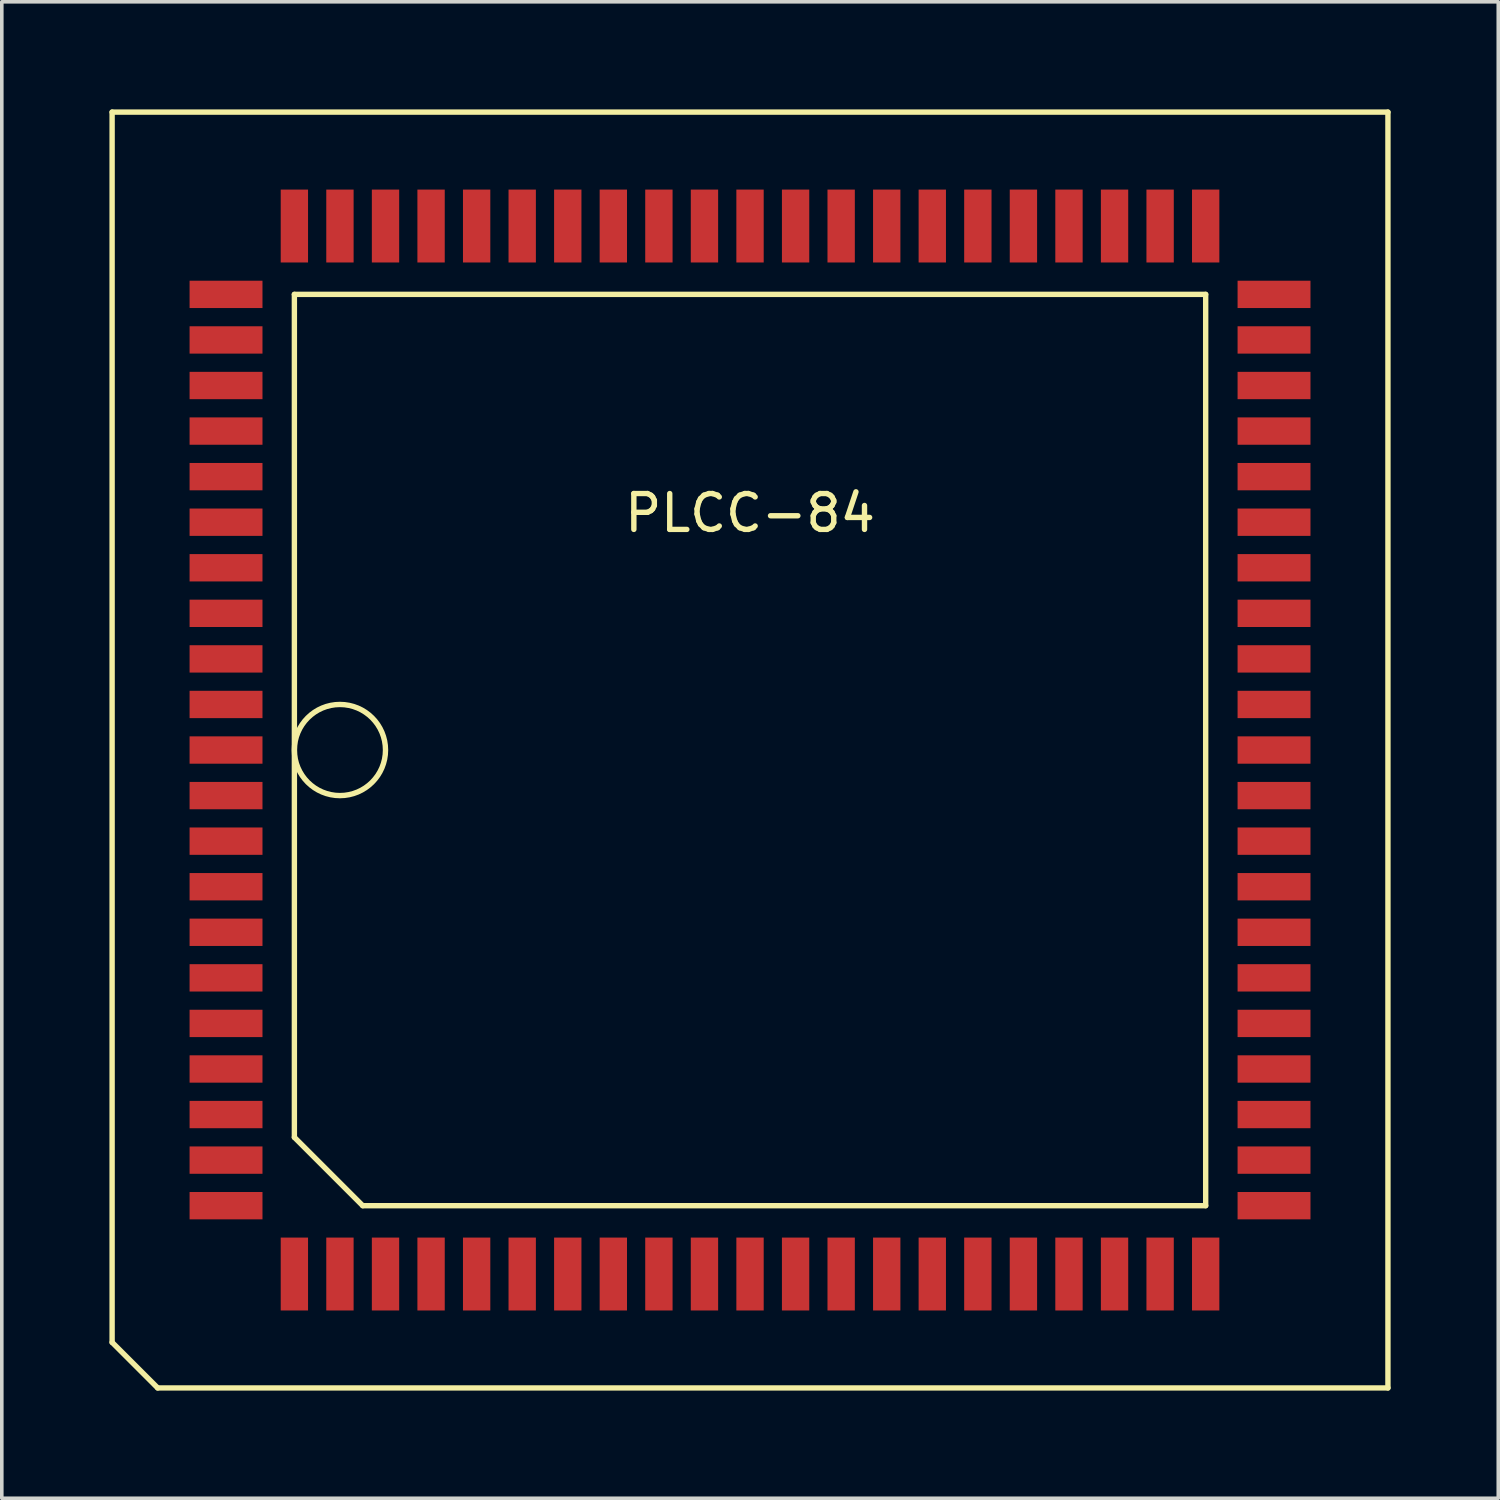
<source format=kicad_pcb>
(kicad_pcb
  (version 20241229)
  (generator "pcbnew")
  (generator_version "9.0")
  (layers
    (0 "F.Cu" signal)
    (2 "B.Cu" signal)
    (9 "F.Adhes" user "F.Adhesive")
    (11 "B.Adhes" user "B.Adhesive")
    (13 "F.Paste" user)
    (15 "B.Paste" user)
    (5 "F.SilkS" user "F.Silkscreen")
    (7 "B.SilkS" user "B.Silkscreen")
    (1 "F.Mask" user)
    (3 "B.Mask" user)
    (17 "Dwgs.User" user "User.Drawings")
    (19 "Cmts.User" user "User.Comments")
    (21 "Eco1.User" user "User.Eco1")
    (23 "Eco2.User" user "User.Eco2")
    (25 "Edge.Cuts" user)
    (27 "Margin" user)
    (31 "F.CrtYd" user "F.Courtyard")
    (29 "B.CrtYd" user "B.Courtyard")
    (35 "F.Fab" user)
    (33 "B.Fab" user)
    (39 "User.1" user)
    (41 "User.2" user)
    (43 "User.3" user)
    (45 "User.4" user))
  (footprint "PLCC-84"
    (layer "F.Cu")
    (at 17.855 17.855)
    (property "Reference" "PLCC-84" (at 0 -6.604 0) (layer "F.SilkS") (effects (font (size 1 1) (thickness 0.15))))
    (attr smd)
    (fp_line (start -17.78 -17.78) (end -17.78 16.51) (stroke (width 0.15) (type solid)) (layer "F.SilkS"))
    (fp_line (start -17.78 16.51) (end -16.51 17.78) (stroke (width 0.15) (type solid)) (layer "F.SilkS"))
    (fp_line (start -16.51 17.78) (end 17.78 17.78) (stroke (width 0.15) (type solid)) (layer "F.SilkS"))
    (fp_line (start -12.7 -12.7) (end 12.7 -12.7) (stroke (width 0.15) (type solid)) (layer "F.SilkS"))
    (fp_line (start -12.7 10.795) (end -12.7 -12.7) (stroke (width 0.15) (type solid)) (layer "F.SilkS"))
    (fp_line (start -10.795 12.7) (end -12.7 10.795) (stroke (width 0.15) (type solid)) (layer "F.SilkS"))
    (fp_line (start 12.7 -12.7) (end 12.7 12.7) (stroke (width 0.15) (type solid)) (layer "F.SilkS"))
    (fp_line (start 12.7 12.7) (end -10.795 12.7) (stroke (width 0.15) (type solid)) (layer "F.SilkS"))
    (fp_line (start 17.78 -17.78) (end -17.78 -17.78) (stroke (width 0.15) (type solid)) (layer "F.SilkS"))
    (fp_line (start 17.78 17.78) (end 17.78 -17.78) (stroke (width 0.15) (type solid)) (layer "F.SilkS"))
    (fp_circle (center -11.43 0) (end -12.7 0) (stroke (width 0.15) (type solid)) (fill no) (layer "F.SilkS"))
    (pad "1" smd rect (at -14.605 0) (size 2.032 0.762) (layers "F.Cu" "F.Mask" "F.Paste"))
    (pad "2" smd rect (at -14.605 1.27) (size 2.032 0.762) (layers "F.Cu" "F.Mask" "F.Paste"))
    (pad "3" smd rect (at -14.605 2.54) (size 2.032 0.762) (layers "F.Cu" "F.Mask" "F.Paste"))
    (pad "4" smd rect (at -14.605 3.81) (size 2.032 0.762) (layers "F.Cu" "F.Mask" "F.Paste"))
    (pad "5" smd rect (at -14.605 5.08) (size 2.032 0.762) (layers "F.Cu" "F.Mask" "F.Paste"))
    (pad "6" smd rect (at -14.605 6.35) (size 2.032 0.762) (layers "F.Cu" "F.Mask" "F.Paste"))
    (pad "7" smd rect (at -14.605 7.62) (size 2.032 0.762) (layers "F.Cu" "F.Mask" "F.Paste"))
    (pad "8" smd rect (at -14.605 8.89) (size 2.032 0.762) (layers "F.Cu" "F.Mask" "F.Paste"))
    (pad "9" smd rect (at -14.605 10.16) (size 2.032 0.762) (layers "F.Cu" "F.Mask" "F.Paste"))
    (pad "10" smd rect (at -14.605 11.43) (size 2.032 0.762) (layers "F.Cu" "F.Mask" "F.Paste"))
    (pad "11" smd rect (at -14.605 12.7) (size 2.032 0.762) (layers "F.Cu" "F.Mask" "F.Paste"))
    (pad "12" smd rect (at -12.7 14.605) (size 0.762 2.032) (layers "F.Cu" "F.Mask" "F.Paste"))
    (pad "13" smd rect (at -11.43 14.605) (size 0.762 2.032) (layers "F.Cu" "F.Mask" "F.Paste"))
    (pad "14" smd rect (at -10.16 14.605) (size 0.762 2.032) (layers "F.Cu" "F.Mask" "F.Paste"))
    (pad "15" smd rect (at -8.89 14.605) (size 0.762 2.032) (layers "F.Cu" "F.Mask" "F.Paste"))
    (pad "16" smd rect (at -7.62 14.605) (size 0.762 2.032) (layers "F.Cu" "F.Mask" "F.Paste"))
    (pad "17" smd rect (at -6.35 14.605) (size 0.762 2.032) (layers "F.Cu" "F.Mask" "F.Paste"))
    (pad "18" smd rect (at -5.08 14.605) (size 0.762 2.032) (layers "F.Cu" "F.Mask" "F.Paste"))
    (pad "19" smd rect (at -3.81 14.605) (size 0.762 2.032) (layers "F.Cu" "F.Mask" "F.Paste"))
    (pad "20" smd rect (at -2.54 14.605) (size 0.762 2.032) (layers "F.Cu" "F.Mask" "F.Paste"))
    (pad "21" smd rect (at -1.27 14.605) (size 0.762 2.032) (layers "F.Cu" "F.Mask" "F.Paste"))
    (pad "22" smd rect (at 0 14.605) (size 0.762 2.032) (layers "F.Cu" "F.Mask" "F.Paste"))
    (pad "23" smd rect (at 1.27 14.605) (size 0.762 2.032) (layers "F.Cu" "F.Mask" "F.Paste"))
    (pad "24" smd rect (at 2.54 14.605) (size 0.762 2.032) (layers "F.Cu" "F.Mask" "F.Paste"))
    (pad "25" smd rect (at 3.81 14.605) (size 0.762 2.032) (layers "F.Cu" "F.Mask" "F.Paste"))
    (pad "26" smd rect (at 5.08 14.605) (size 0.762 2.032) (layers "F.Cu" "F.Mask" "F.Paste"))
    (pad "27" smd rect (at 6.35 14.605) (size 0.762 2.032) (layers "F.Cu" "F.Mask" "F.Paste"))
    (pad "28" smd rect (at 7.62 14.605) (size 0.762 2.032) (layers "F.Cu" "F.Mask" "F.Paste"))
    (pad "29" smd rect (at 8.89 14.605) (size 0.762 2.032) (layers "F.Cu" "F.Mask" "F.Paste"))
    (pad "30" smd rect (at 10.16 14.605) (size 0.762 2.032) (layers "F.Cu" "F.Mask" "F.Paste"))
    (pad "31" smd rect (at 11.43 14.605) (size 0.762 2.032) (layers "F.Cu" "F.Mask" "F.Paste"))
    (pad "32" smd rect (at 12.7 14.605) (size 0.762 2.032) (layers "F.Cu" "F.Mask" "F.Paste"))
    (pad "33" smd rect (at 14.605 12.7) (size 2.032 0.762) (layers "F.Cu" "F.Mask" "F.Paste"))
    (pad "34" smd rect (at 14.605 11.43) (size 2.032 0.762) (layers "F.Cu" "F.Mask" "F.Paste"))
    (pad "35" smd rect (at 14.605 10.16) (size 2.032 0.762) (layers "F.Cu" "F.Mask" "F.Paste"))
    (pad "36" smd rect (at 14.605 8.89) (size 2.032 0.762) (layers "F.Cu" "F.Mask" "F.Paste"))
    (pad "37" smd rect (at 14.605 7.62) (size 2.032 0.762) (layers "F.Cu" "F.Mask" "F.Paste"))
    (pad "38" smd rect (at 14.605 6.35) (size 2.032 0.762) (layers "F.Cu" "F.Mask" "F.Paste"))
    (pad "39" smd rect (at 14.605 5.08) (size 2.032 0.762) (layers "F.Cu" "F.Mask" "F.Paste"))
    (pad "40" smd rect (at 14.605 3.81) (size 2.032 0.762) (layers "F.Cu" "F.Mask" "F.Paste"))
    (pad "41" smd rect (at 14.605 2.54) (size 2.032 0.762) (layers "F.Cu" "F.Mask" "F.Paste"))
    (pad "42" smd rect (at 14.605 1.27) (size 2.032 0.762) (layers "F.Cu" "F.Mask" "F.Paste"))
    (pad "43" smd rect (at 14.605 0) (size 2.032 0.762) (layers "F.Cu" "F.Mask" "F.Paste"))
    (pad "44" smd rect (at 14.605 -1.27) (size 2.032 0.762) (layers "F.Cu" "F.Mask" "F.Paste"))
    (pad "45" smd rect (at 14.605 -2.54) (size 2.032 0.762) (layers "F.Cu" "F.Mask" "F.Paste"))
    (pad "46" smd rect (at 14.605 -3.81) (size 2.032 0.762) (layers "F.Cu" "F.Mask" "F.Paste"))
    (pad "47" smd rect (at 14.605 -5.08) (size 2.032 0.762) (layers "F.Cu" "F.Mask" "F.Paste"))
    (pad "48" smd rect (at 14.605 -6.35) (size 2.032 0.762) (layers "F.Cu" "F.Mask" "F.Paste"))
    (pad "49" smd rect (at 14.605 -7.62) (size 2.032 0.762) (layers "F.Cu" "F.Mask" "F.Paste"))
    (pad "50" smd rect (at 14.605 -8.89) (size 2.032 0.762) (layers "F.Cu" "F.Mask" "F.Paste"))
    (pad "51" smd rect (at 14.605 -10.16) (size 2.032 0.762) (layers "F.Cu" "F.Mask" "F.Paste"))
    (pad "52" smd rect (at 14.605 -11.43) (size 2.032 0.762) (layers "F.Cu" "F.Mask" "F.Paste"))
    (pad "53" smd rect (at 14.605 -12.7) (size 2.032 0.762) (layers "F.Cu" "F.Mask" "F.Paste"))
    (pad "54" smd rect (at 12.7 -14.605) (size 0.762 2.032) (layers "F.Cu" "F.Mask" "F.Paste"))
    (pad "55" smd rect (at 11.43 -14.605) (size 0.762 2.032) (layers "F.Cu" "F.Mask" "F.Paste"))
    (pad "56" smd rect (at 10.16 -14.605) (size 0.762 2.032) (layers "F.Cu" "F.Mask" "F.Paste"))
    (pad "57" smd rect (at 8.89 -14.605) (size 0.762 2.032) (layers "F.Cu" "F.Mask" "F.Paste"))
    (pad "58" smd rect (at 7.62 -14.605) (size 0.762 2.032) (layers "F.Cu" "F.Mask" "F.Paste"))
    (pad "59" smd rect (at 6.35 -14.605) (size 0.762 2.032) (layers "F.Cu" "F.Mask" "F.Paste"))
    (pad "60" smd rect (at 5.08 -14.605) (size 0.762 2.032) (layers "F.Cu" "F.Mask" "F.Paste"))
    (pad "61" smd rect (at 3.81 -14.605) (size 0.762 2.032) (layers "F.Cu" "F.Mask" "F.Paste"))
    (pad "62" smd rect (at 2.54 -14.605) (size 0.762 2.032) (layers "F.Cu" "F.Mask" "F.Paste"))
    (pad "63" smd rect (at 1.27 -14.605) (size 0.762 2.032) (layers "F.Cu" "F.Mask" "F.Paste"))
    (pad "64" smd rect (at 0 -14.605) (size 0.762 2.032) (layers "F.Cu" "F.Mask" "F.Paste"))
    (pad "65" smd rect (at -1.27 -14.605) (size 0.762 2.032) (layers "F.Cu" "F.Mask" "F.Paste"))
    (pad "66" smd rect (at -2.54 -14.605) (size 0.762 2.032) (layers "F.Cu" "F.Mask" "F.Paste"))
    (pad "67" smd rect (at -3.81 -14.605) (size 0.762 2.032) (layers "F.Cu" "F.Mask" "F.Paste"))
    (pad "68" smd rect (at -5.08 -14.605) (size 0.762 2.032) (layers "F.Cu" "F.Mask" "F.Paste"))
    (pad "69" smd rect (at -6.35 -14.605) (size 0.762 2.032) (layers "F.Cu" "F.Mask" "F.Paste"))
    (pad "70" smd rect (at -7.62 -14.605) (size 0.762 2.032) (layers "F.Cu" "F.Mask" "F.Paste"))
    (pad "71" smd rect (at -8.89 -14.605) (size 0.762 2.032) (layers "F.Cu" "F.Mask" "F.Paste"))
    (pad "72" smd rect (at -10.16 -14.605) (size 0.762 2.032) (layers "F.Cu" "F.Mask" "F.Paste"))
    (pad "73" smd rect (at -11.43 -14.605) (size 0.762 2.032) (layers "F.Cu" "F.Mask" "F.Paste"))
    (pad "74" smd rect (at -12.7 -14.605) (size 0.762 2.032) (layers "F.Cu" "F.Mask" "F.Paste"))
    (pad "75" smd rect (at -14.605 -12.7) (size 2.032 0.762) (layers "F.Cu" "F.Mask" "F.Paste"))
    (pad "76" smd rect (at -14.605 -11.43) (size 2.032 0.762) (layers "F.Cu" "F.Mask" "F.Paste"))
    (pad "77" smd rect (at -14.605 -10.16) (size 2.032 0.762) (layers "F.Cu" "F.Mask" "F.Paste"))
    (pad "78" smd rect (at -14.605 -8.89) (size 2.032 0.762) (layers "F.Cu" "F.Mask" "F.Paste"))
    (pad "79" smd rect (at -14.605 -7.62) (size 2.032 0.762) (layers "F.Cu" "F.Mask" "F.Paste"))
    (pad "80" smd rect (at -14.605 -6.35) (size 2.032 0.762) (layers "F.Cu" "F.Mask" "F.Paste"))
    (pad "81" smd rect (at -14.605 -5.08) (size 2.032 0.762) (layers "F.Cu" "F.Mask" "F.Paste"))
    (pad "82" smd rect (at -14.605 -3.81) (size 2.032 0.762) (layers "F.Cu" "F.Mask" "F.Paste"))
    (pad "83" smd rect (at -14.605 -2.54) (size 2.032 0.762) (layers "F.Cu" "F.Mask" "F.Paste"))
    (pad "84" smd rect (at -14.605 -1.27) (size 2.032 0.762) (layers "F.Cu" "F.Mask" "F.Paste")))
  (gr_rect
    (start -3 -3)
    (end 38.71 38.71)
    (stroke (width 0.1) (type default))
    (fill no)
    (layer "Edge.Cuts")))
</source>
